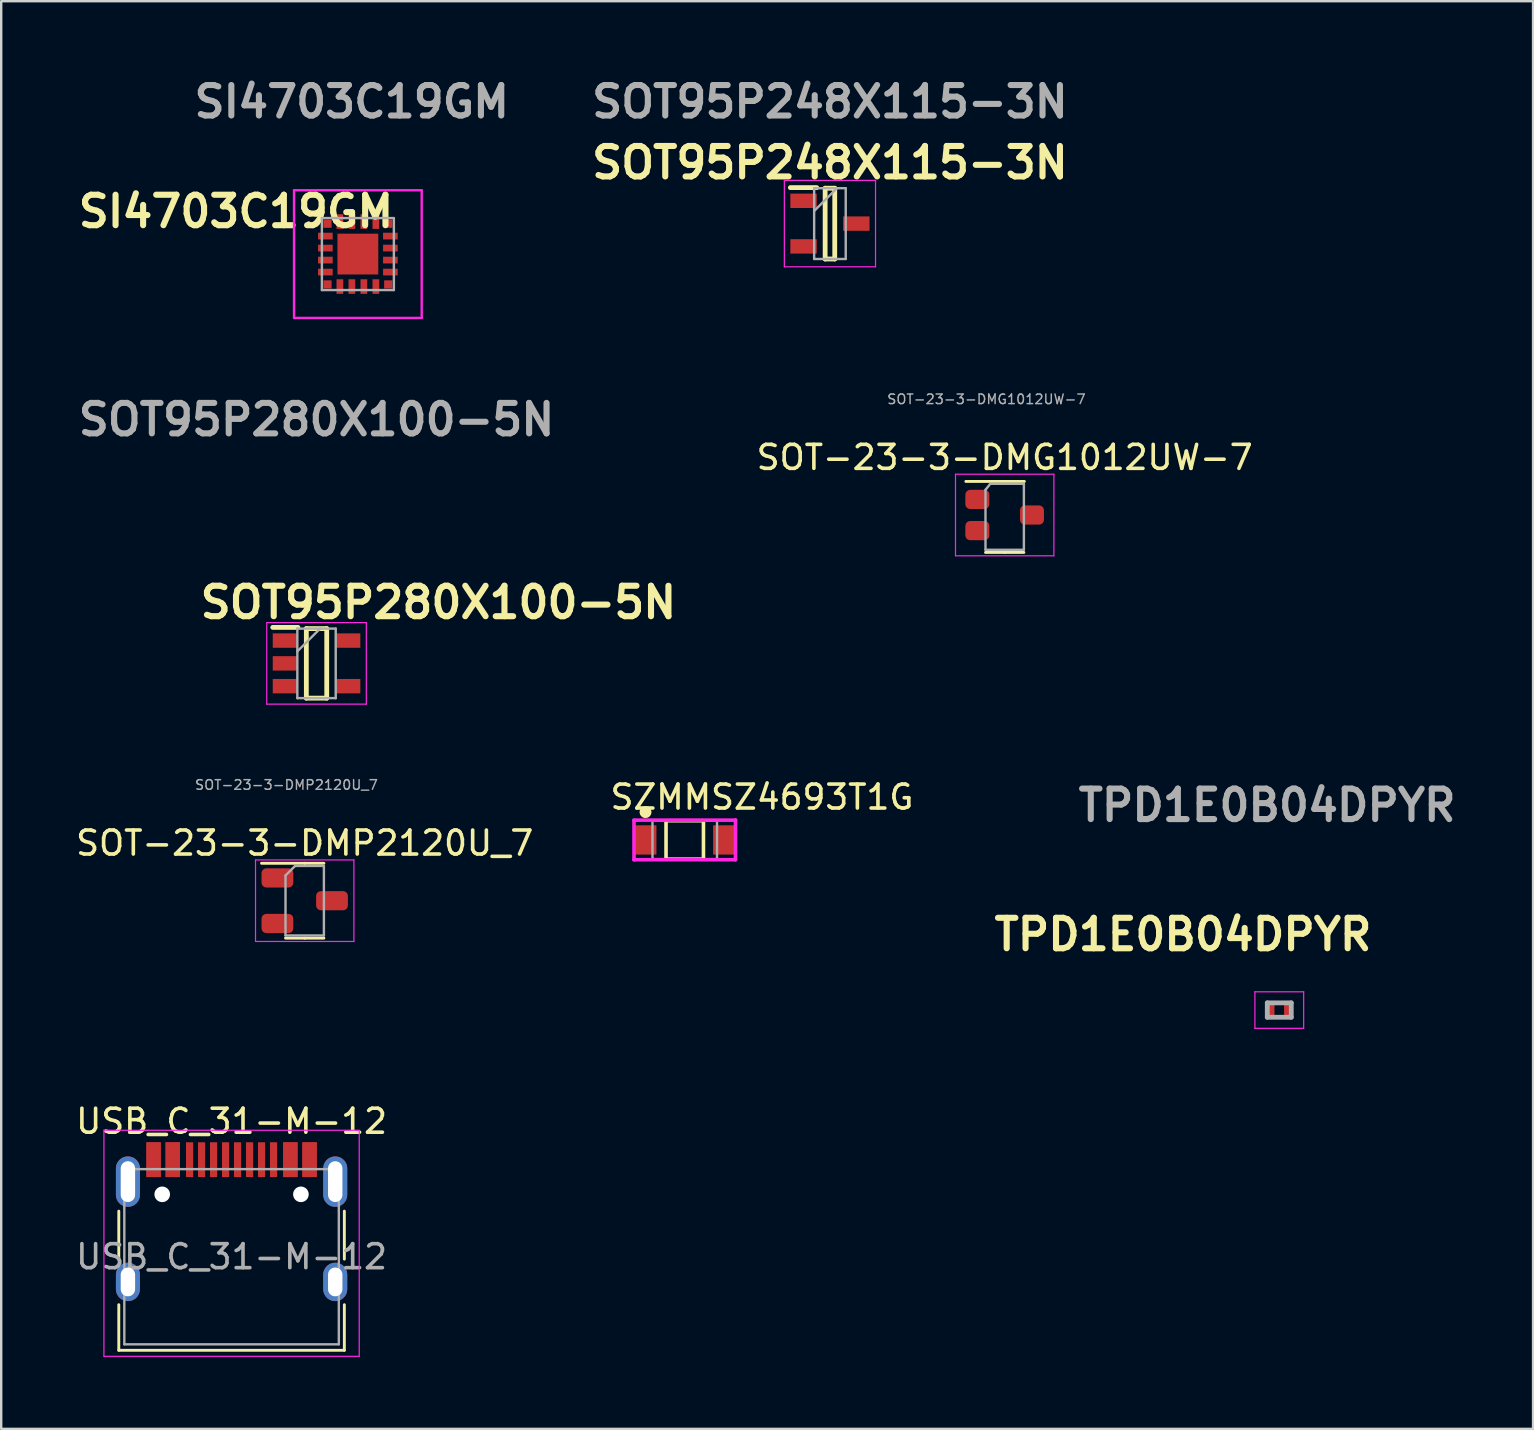
<source format=kicad_pcb>
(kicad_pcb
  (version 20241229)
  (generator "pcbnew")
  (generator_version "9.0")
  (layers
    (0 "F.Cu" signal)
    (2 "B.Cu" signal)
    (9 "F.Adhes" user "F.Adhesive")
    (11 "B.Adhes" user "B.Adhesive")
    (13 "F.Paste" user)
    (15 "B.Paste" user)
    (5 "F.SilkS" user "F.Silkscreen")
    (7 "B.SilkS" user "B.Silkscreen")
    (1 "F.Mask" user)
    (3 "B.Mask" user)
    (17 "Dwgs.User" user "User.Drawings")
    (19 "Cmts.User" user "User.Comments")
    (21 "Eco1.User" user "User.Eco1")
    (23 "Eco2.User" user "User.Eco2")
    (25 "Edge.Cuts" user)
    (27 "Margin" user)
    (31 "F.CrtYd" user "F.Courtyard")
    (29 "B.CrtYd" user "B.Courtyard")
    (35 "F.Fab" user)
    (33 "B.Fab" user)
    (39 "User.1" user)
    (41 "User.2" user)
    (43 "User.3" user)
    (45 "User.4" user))
  (footprint "SOT-23-3-DMP2120U_7"
    (layer "F.Cu")
    (at 9.649 34.488)
    (property "Reference" "SOT-23-3-DMP2120U_7" (at 0 -2.4 0) (layer "F.SilkS") (effects (font (size 1 1) (thickness 0.15))))
    (attr smd)
    (fp_line (start 0 -1.56) (end -1.8 -1.56) (stroke (width 0.12) (type solid)) (layer "F.SilkS"))
    (fp_line (start 0 -1.56) (end 0.8 -1.56) (stroke (width 0.12) (type solid)) (layer "F.SilkS"))
    (fp_line (start 0 1.56) (end -0.8 1.56) (stroke (width 0.12) (type solid)) (layer "F.SilkS"))
    (fp_line (start 0 1.56) (end 0.8 1.56) (stroke (width 0.12) (type solid)) (layer "F.SilkS"))
    (fp_line (start -2.05 -1.7) (end -2.05 1.7) (stroke (width 0.05) (type solid)) (layer "F.CrtYd"))
    (fp_line (start -2.05 1.7) (end 2.05 1.7) (stroke (width 0.05) (type solid)) (layer "F.CrtYd"))
    (fp_line (start 2.05 -1.7) (end -2.05 -1.7) (stroke (width 0.05) (type solid)) (layer "F.CrtYd"))
    (fp_line (start 2.05 1.7) (end 2.05 -1.7) (stroke (width 0.05) (type solid)) (layer "F.CrtYd"))
    (fp_line (start -0.8 -1.05) (end -0.4 -1.45) (stroke (width 0.1) (type solid)) (layer "F.Fab"))
    (fp_line (start -0.8 1.45) (end -0.8 -1.05) (stroke (width 0.1) (type solid)) (layer "F.Fab"))
    (fp_line (start -0.4 -1.45) (end 0.8 -1.45) (stroke (width 0.1) (type solid)) (layer "F.Fab"))
    (fp_line (start 0.8 -1.45) (end 0.8 1.45) (stroke (width 0.1) (type solid)) (layer "F.Fab"))
    (fp_line (start 0.8 1.45) (end -0.8 1.45) (stroke (width 0.1) (type solid)) (layer "F.Fab"))
    (fp_text user "${REFERENCE}" (at -0.762 -4.826 0) (layer "F.Fab") (effects (font (size 0.4 0.4) (thickness 0.06))))
    (pad "1" smd roundrect (at -1.137 -0.95) (size 1.325 0.8) (layers "F.Cu" "F.Mask" "F.Paste") (roundrect_rratio 0.25))
    (pad "2" smd roundrect (at -1.137 0.95) (size 1.325 0.8) (layers "F.Cu" "F.Mask" "F.Paste") (roundrect_rratio 0.25))
    (pad "3" smd roundrect (at 1.137 0) (size 1.325 0.8) (layers "F.Cu" "F.Mask" "F.Paste") (roundrect_rratio 0.25)))
  (footprint "TPD1E0B04DPYR"
    (layer "F.Cu")
    (at 50.266 39.046)
    (property "Reference" "TPD1E0B04DPYR" (at -4.013 -3.15 0) (layer "F.SilkS") (effects (font (size 1.27 1.27) (thickness 0.254))))
    (attr smd)
    (fp_line (start -1.016 -0.762) (end 1.016 -0.762) (stroke (width 0.05) (type default)) (layer "F.CrtYd"))
    (fp_line (start -1.016 0.762) (end -1.016 -0.762) (stroke (width 0.05) (type default)) (layer "F.CrtYd"))
    (fp_line (start 1.016 -0.762) (end 1.016 0.762) (stroke (width 0.05) (type default)) (layer "F.CrtYd"))
    (fp_line (start 1.016 0.762) (end -1.016 0.762) (stroke (width 0.05) (type default)) (layer "F.CrtYd"))
    (fp_line (start -0.5 -0.3) (end 0.5 -0.3) (stroke (width 0.2) (type solid)) (layer "F.Fab"))
    (fp_line (start -0.5 0.3) (end -0.5 -0.3) (stroke (width 0.2) (type solid)) (layer "F.Fab"))
    (fp_line (start 0.5 -0.3) (end 0.5 0.3) (stroke (width 0.2) (type solid)) (layer "F.Fab"))
    (fp_line (start 0.5 0.3) (end -0.5 0.3) (stroke (width 0.2) (type solid)) (layer "F.Fab"))
    (fp_text user "${REFERENCE}" (at -0.508 -8.534 0) (layer "F.Fab") (effects (font (size 1.27 1.27) (thickness 0.254))))
    (pad "1" smd rect (at -0.325 0) (size 0.25 0.5) (layers "F.Cu" "F.Mask" "F.Paste"))
    (pad "2" smd rect (at 0.325 0) (size 0.25 0.5) (layers "F.Cu" "F.Mask" "F.Paste")))
  (footprint "SOT95P248X115-3N"
    (layer "F.Cu")
    (at 31.539 6.269)
    (property "Reference" "SOT95P248X115-3N" (at 0 -2.54 0) (layer "F.SilkS") (effects (font (size 1.27 1.27) (thickness 0.254))))
    (attr smd)
    (fp_line (start -1.65 -1.5) (end -0.55 -1.5) (stroke (width 0.2) (type solid)) (layer "F.SilkS"))
    (fp_line (start -0.2 -1.475) (end 0.2 -1.475) (stroke (width 0.2) (type solid)) (layer "F.SilkS"))
    (fp_line (start -0.2 1.475) (end -0.2 -1.475) (stroke (width 0.2) (type solid)) (layer "F.SilkS"))
    (fp_line (start 0.2 -1.475) (end 0.2 1.475) (stroke (width 0.2) (type solid)) (layer "F.SilkS"))
    (fp_line (start 0.2 1.475) (end -0.2 1.475) (stroke (width 0.2) (type solid)) (layer "F.SilkS"))
    (fp_line (start -1.9 -1.8) (end 1.9 -1.8) (stroke (width 0.05) (type solid)) (layer "F.CrtYd"))
    (fp_line (start -1.9 1.8) (end -1.9 -1.8) (stroke (width 0.05) (type solid)) (layer "F.CrtYd"))
    (fp_line (start 1.9 -1.8) (end 1.9 1.8) (stroke (width 0.05) (type solid)) (layer "F.CrtYd"))
    (fp_line (start 1.9 1.8) (end -1.9 1.8) (stroke (width 0.05) (type solid)) (layer "F.CrtYd"))
    (fp_line (start -0.658 -1.475) (end 0.658 -1.475) (stroke (width 0.1) (type solid)) (layer "F.Fab"))
    (fp_line (start -0.658 -0.525) (end 0.292 -1.475) (stroke (width 0.1) (type solid)) (layer "F.Fab"))
    (fp_line (start -0.658 1.475) (end -0.658 -1.475) (stroke (width 0.1) (type solid)) (layer "F.Fab"))
    (fp_line (start 0.658 -1.475) (end 0.658 1.475) (stroke (width 0.1) (type solid)) (layer "F.Fab"))
    (fp_line (start 0.658 1.475) (end -0.658 1.475) (stroke (width 0.1) (type solid)) (layer "F.Fab"))
    (fp_text user "${REFERENCE}" (at 0 -5.08 0) (layer "F.Fab") (effects (font (size 1.27 1.27) (thickness 0.254))))
    (pad "1" smd rect (at -1.1 -0.95 90) (size 0.6 1.1) (layers "F.Cu" "F.Mask" "F.Paste"))
    (pad "2" smd rect (at -1.1 0.95 90) (size 0.6 1.1) (layers "F.Cu" "F.Mask" "F.Paste"))
    (pad "3" smd rect (at 1.1 0 90) (size 0.6 1.1) (layers "F.Cu" "F.Mask" "F.Paste")))
  (footprint "USB_C_31-M-12"
    (layer "F.Cu")
    (at 6.601 49.326)
    (property "Reference" "USB_C_31-M-12" (at 0 -5.645 0) (layer "F.SilkS") (effects (font (size 1 1) (thickness 0.15))))
    (attr smd)
    (fp_line (start -4.7 -1.9) (end -4.7 0.1) (stroke (width 0.12) (type solid)) (layer "F.SilkS"))
    (fp_line (start -4.7 2) (end -4.7 3.9) (stroke (width 0.12) (type solid)) (layer "F.SilkS"))
    (fp_line (start -4.7 3.9) (end 4.7 3.9) (stroke (width 0.12) (type solid)) (layer "F.SilkS"))
    (fp_line (start 4.7 -1.9) (end 4.7 0.1) (stroke (width 0.12) (type solid)) (layer "F.SilkS"))
    (fp_line (start 4.7 2) (end 4.7 3.9) (stroke (width 0.12) (type solid)) (layer "F.SilkS"))
    (fp_line (start -5.32 -5.27) (end -5.32 4.15) (stroke (width 0.05) (type solid)) (layer "F.CrtYd"))
    (fp_line (start -5.32 -5.27) (end 5.32 -5.27) (stroke (width 0.05) (type solid)) (layer "F.CrtYd"))
    (fp_line (start -5.32 4.15) (end 5.32 4.15) (stroke (width 0.05) (type solid)) (layer "F.CrtYd"))
    (fp_line (start 5.32 -5.27) (end 5.32 4.15) (stroke (width 0.05) (type solid)) (layer "F.CrtYd"))
    (fp_line (start -4.47 -3.65) (end -4.47 3.65) (stroke (width 0.1) (type solid)) (layer "F.Fab"))
    (fp_line (start -4.47 -3.65) (end 4.47 -3.65) (stroke (width 0.1) (type solid)) (layer "F.Fab"))
    (fp_line (start -4.47 3.65) (end 4.47 3.65) (stroke (width 0.1) (type solid)) (layer "F.Fab"))
    (fp_line (start 4.47 -3.65) (end 4.47 3.65) (stroke (width 0.1) (type solid)) (layer "F.Fab"))
    (fp_text user "${REFERENCE}" (at 0 0 0) (layer "F.Fab") (effects (font (size 1 1) (thickness 0.15))))
    (pad "" np_thru_hole circle (at -2.89 -2.6) (size 0.65 0.65) (drill 0.65) (layers "*.Cu" "*.Mask"))
    (pad "" np_thru_hole circle (at 2.89 -2.6) (size 0.65 0.65) (drill 0.65) (layers "*.Cu" "*.Mask"))
    (pad "A1" smd rect (at -3.25 -4.045) (size 0.6 1.45) (layers "F.Cu" "F.Mask" "F.Paste"))
    (pad "A4" smd rect (at -2.45 -4.045) (size 0.6 1.45) (layers "F.Cu" "F.Mask" "F.Paste"))
    (pad "A5" smd rect (at -1.25 -4.045) (size 0.3 1.45) (layers "F.Cu" "F.Mask" "F.Paste"))
    (pad "A6" smd rect (at -0.25 -4.045) (size 0.3 1.45) (layers "F.Cu" "F.Mask" "F.Paste"))
    (pad "A7" smd rect (at 0.25 -4.045) (size 0.3 1.45) (layers "F.Cu" "F.Mask" "F.Paste"))
    (pad "A8" smd rect (at 1.25 -4.045) (size 0.3 1.45) (layers "F.Cu" "F.Mask" "F.Paste"))
    (pad "A9" smd rect (at 2.45 -4.045) (size 0.6 1.45) (layers "F.Cu" "F.Mask" "F.Paste"))
    (pad "A12" smd rect (at 3.25 -4.045) (size 0.6 1.45) (layers "F.Cu" "F.Mask" "F.Paste"))
    (pad "B1" smd rect (at 3.25 -4.045) (size 0.6 1.45) (layers "F.Cu" "F.Mask" "F.Paste"))
    (pad "B4" smd rect (at 2.45 -4.045) (size 0.6 1.45) (layers "F.Cu" "F.Mask" "F.Paste"))
    (pad "B5" smd rect (at 1.75 -4.045) (size 0.3 1.45) (layers "F.Cu" "F.Mask" "F.Paste"))
    (pad "B6" smd rect (at 0.75 -4.045) (size 0.3 1.45) (layers "F.Cu" "F.Mask" "F.Paste"))
    (pad "B7" smd rect (at -0.75 -4.045) (size 0.3 1.45) (layers "F.Cu" "F.Mask" "F.Paste"))
    (pad "B8" smd rect (at -1.75 -4.045) (size 0.3 1.45) (layers "F.Cu" "F.Mask" "F.Paste"))
    (pad "B9" smd rect (at -2.45 -4.045) (size 0.6 1.45) (layers "F.Cu" "F.Mask" "F.Paste"))
    (pad "B12" smd rect (at -3.25 -4.045) (size 0.6 1.45) (layers "F.Cu" "F.Mask" "F.Paste"))
    (pad "S1" thru_hole oval (at -4.32 -3.13) (size 1 2.1) (drill oval 0.6 1.7) (layers "*.Cu" "*.Mask"))
    (pad "S1" thru_hole oval (at -4.32 1.05) (size 1 1.6) (drill oval 0.6 1.2) (layers "*.Cu" "*.Mask"))
    (pad "S1" thru_hole oval (at 4.32 -3.13) (size 1 2.1) (drill oval 0.6 1.7) (layers "*.Cu" "*.Mask"))
    (pad "S1" thru_hole oval (at 4.32 1.05) (size 1 1.6) (drill oval 0.6 1.2) (layers "*.Cu" "*.Mask")))
  (footprint "SZMMSZ4693T1G"
    (layer "F.Cu")
    (at 25.488 31.956)
    (property "Reference" "SZMMSZ4693T1G" (at -3.19 -1.785 0) (layer "F.SilkS") (effects (font (size 1 1) (thickness 0.15)) (justify left)))
    (attr through_hole)
    (fp_line (start -0.78 -0.8) (end 0.78 -0.8) (stroke (width 0.15) (type solid)) (layer "F.SilkS"))
    (fp_line (start -0.78 0.8) (end -0.78 -0.8) (stroke (width 0.15) (type solid)) (layer "F.SilkS"))
    (fp_line (start -0.78 0.8) (end 0.78 0.8) (stroke (width 0.15) (type solid)) (layer "F.SilkS"))
    (fp_line (start 0.78 0.8) (end 0.78 -0.8) (stroke (width 0.15) (type solid)) (layer "F.SilkS"))
    (fp_circle (center -1.635 -1.16) (end -1.51 -1.16) (stroke (width 0.25) (type solid)) (fill no) (layer "F.SilkS"))
    (fp_line (start -2.115 -0.825) (end -2.115 0.825) (stroke (width 0.15) (type solid)) (layer "F.CrtYd"))
    (fp_line (start -2.115 0.825) (end 2.115 0.825) (stroke (width 0.15) (type solid)) (layer "F.CrtYd"))
    (fp_line (start 2.115 -0.825) (end -2.115 -0.825) (stroke (width 0.15) (type solid)) (layer "F.CrtYd"))
    (fp_line (start 2.115 -0.825) (end 2.115 -0.825) (stroke (width 0.15) (type solid)) (layer "F.CrtYd"))
    (fp_line (start 2.115 0.825) (end 2.115 -0.825) (stroke (width 0.15) (type solid)) (layer "F.CrtYd"))
    (fp_line (start -1.345 -0.8) (end 1.345 -0.8) (stroke (width 0.1) (type solid)) (layer "F.Fab"))
    (fp_line (start -1.345 0.8) (end -1.345 -0.8) (stroke (width 0.1) (type solid)) (layer "F.Fab"))
    (fp_line (start -1.345 0.8) (end 1.345 0.8) (stroke (width 0.1) (type solid)) (layer "F.Fab"))
    (fp_line (start 1.345 0.8) (end 1.345 -0.8) (stroke (width 0.1) (type solid)) (layer "F.Fab"))
    (pad "1" smd rect (at -1.635 0 180) (size 0.91 1.22) (layers "F.Cu" "F.Mask" "F.Paste"))
    (pad "2" smd rect (at 1.635 0 180) (size 0.91 1.22) (layers "F.Cu" "F.Mask" "F.Paste")))
  (footprint "SOT-23-3-DMG1012UW-7"
    (layer "F.Cu")
    (at 38.822 18.414)
    (property "Reference" "SOT-23-3-DMG1012UW-7" (at 0 -2.4 0) (layer "F.SilkS") (effects (font (size 1 1) (thickness 0.15))))
    (attr smd)
    (fp_line (start 0 1.56) (end -0.8 1.56) (stroke (width 0.12) (type solid)) (layer "F.SilkS"))
    (fp_line (start 0 1.56) (end 0.8 1.56) (stroke (width 0.12) (type solid)) (layer "F.SilkS"))
    (fp_line (start 0.82 -1.4) (end -1.62 -1.4) (stroke (width 0.12) (type solid)) (layer "F.SilkS"))
    (fp_line (start -2.05 -1.7) (end -2.05 1.7) (stroke (width 0.05) (type solid)) (layer "F.CrtYd"))
    (fp_line (start -2.05 1.7) (end 2.05 1.7) (stroke (width 0.05) (type solid)) (layer "F.CrtYd"))
    (fp_line (start 2.05 -1.7) (end -2.05 -1.7) (stroke (width 0.05) (type solid)) (layer "F.CrtYd"))
    (fp_line (start 2.05 1.7) (end 2.05 -1.7) (stroke (width 0.05) (type solid)) (layer "F.CrtYd"))
    (fp_line (start -0.8 -1.05) (end -0.6 -1.3) (stroke (width 0.1) (type solid)) (layer "F.Fab"))
    (fp_line (start -0.8 1.45) (end -0.8 -1.05) (stroke (width 0.1) (type solid)) (layer "F.Fab"))
    (fp_line (start -0.6 -1.3) (end 0.8 -1.3) (stroke (width 0.1) (type solid)) (layer "F.Fab"))
    (fp_line (start 0.8 -1.3) (end 0.8 1.45) (stroke (width 0.1) (type solid)) (layer "F.Fab"))
    (fp_line (start 0.8 1.45) (end -0.8 1.45) (stroke (width 0.1) (type solid)) (layer "F.Fab"))
    (fp_text user "${REFERENCE}" (at -0.762 -4.826 0) (layer "F.Fab") (effects (font (size 0.4 0.4) (thickness 0.06))))
    (pad "1" smd roundrect (at -1.14 -0.65) (size 1 0.8) (layers "F.Cu" "F.Mask" "F.Paste") (roundrect_rratio 0.25))
    (pad "2" smd roundrect (at -1.14 0.65) (size 1 0.8) (layers "F.Cu" "F.Mask" "F.Paste") (roundrect_rratio 0.25))
    (pad "3" smd roundrect (at 1.137 0) (size 1 0.8) (layers "F.Cu" "F.Mask" "F.Paste") (roundrect_rratio 0.25)))
  (footprint "SOT95P280X100-5N"
    (layer "F.Cu")
    (at 10.142 24.597)
    (property "Reference" "SOT95P280X100-5N" (at 5.08 -2.54 0) (layer "F.SilkS") (effects (font (size 1.27 1.27) (thickness 0.254))))
    (attr smd)
    (fp_line (start -1.825 -1.5) (end -0.775 -1.5) (stroke (width 0.2) (type solid)) (layer "F.SilkS"))
    (fp_line (start -0.425 -1.45) (end 0.425 -1.45) (stroke (width 0.2) (type solid)) (layer "F.SilkS"))
    (fp_line (start -0.425 1.45) (end -0.425 -1.45) (stroke (width 0.2) (type solid)) (layer "F.SilkS"))
    (fp_line (start 0.425 -1.45) (end 0.425 1.45) (stroke (width 0.2) (type solid)) (layer "F.SilkS"))
    (fp_line (start 0.425 1.45) (end -0.425 1.45) (stroke (width 0.2) (type solid)) (layer "F.SilkS"))
    (fp_line (start -2.075 -1.7) (end 2.075 -1.7) (stroke (width 0.05) (type solid)) (layer "F.CrtYd"))
    (fp_line (start -2.075 1.7) (end -2.075 -1.7) (stroke (width 0.05) (type solid)) (layer "F.CrtYd"))
    (fp_line (start 2.075 -1.7) (end 2.075 1.7) (stroke (width 0.05) (type solid)) (layer "F.CrtYd"))
    (fp_line (start 2.075 1.7) (end -2.075 1.7) (stroke (width 0.05) (type solid)) (layer "F.CrtYd"))
    (fp_line (start -0.8 -1.45) (end 0.8 -1.45) (stroke (width 0.1) (type solid)) (layer "F.Fab"))
    (fp_line (start -0.8 -0.5) (end 0.15 -1.45) (stroke (width 0.1) (type solid)) (layer "F.Fab"))
    (fp_line (start -0.8 1.45) (end -0.8 -1.45) (stroke (width 0.1) (type solid)) (layer "F.Fab"))
    (fp_line (start 0.8 -1.45) (end 0.8 1.45) (stroke (width 0.1) (type solid)) (layer "F.Fab"))
    (fp_line (start 0.8 1.45) (end -0.8 1.45) (stroke (width 0.1) (type solid)) (layer "F.Fab"))
    (fp_text user "${REFERENCE}" (at 0 -10.16 0) (layer "F.Fab") (effects (font (size 1.27 1.27) (thickness 0.254))))
    (pad "1" smd rect (at -1.3 -0.95 90) (size 0.6 1.05) (layers "F.Cu" "F.Mask" "F.Paste"))
    (pad "2" smd rect (at -1.3 0 90) (size 0.6 1.05) (layers "F.Cu" "F.Mask" "F.Paste"))
    (pad "3" smd rect (at -1.3 0.95 90) (size 0.6 1.05) (layers "F.Cu" "F.Mask" "F.Paste"))
    (pad "4" smd rect (at 1.3 0.95 90) (size 0.6 1.05) (layers "F.Cu" "F.Mask" "F.Paste"))
    (pad "5" smd rect (at 1.3 -0.95 90) (size 0.6 1.05) (layers "F.Cu" "F.Mask" "F.Paste")))
  (footprint "SI4703C19GM"
    (layer "F.Cu")
    (at 11.865 7.539)
    (property "Reference" "SI4703C19GM" (at -5.08 -1.778 0) (layer "F.SilkS") (effects (font (size 1.27 1.27) (thickness 0.254))))
    (attr smd)
    (fp_line (start -2.1 -1.265) (end -2.1 -1.265) (stroke (width 0.1) (type solid)) (layer "F.SilkS"))
    (fp_line (start -2 -1.265) (end -2 -1.265) (stroke (width 0.1) (type solid)) (layer "F.SilkS"))
    (fp_arc (start -2.1 -1.265) (mid -2.05 -1.315) (end -2 -1.265) (stroke (width 0.1) (type solid)) (layer "F.SilkS"))
    (fp_arc (start -2 -1.265) (mid -2.05 -1.215) (end -2.1 -1.265) (stroke (width 0.1) (type solid)) (layer "F.SilkS"))
    (fp_line (start -2.66 -2.66) (end 2.66 -2.66) (stroke (width 0.1) (type solid)) (layer "F.CrtYd"))
    (fp_line (start -2.66 2.66) (end -2.66 -2.66) (stroke (width 0.1) (type solid)) (layer "F.CrtYd"))
    (fp_line (start 2.66 -2.66) (end 2.66 2.66) (stroke (width 0.1) (type solid)) (layer "F.CrtYd"))
    (fp_line (start 2.66 2.66) (end -2.66 2.66) (stroke (width 0.1) (type solid)) (layer "F.CrtYd"))
    (fp_line (start -1.5 -1.5) (end -1.5 1.5) (stroke (width 0.1) (type solid)) (layer "F.Fab"))
    (fp_line (start -1.5 1.5) (end 1.5 1.5) (stroke (width 0.1) (type solid)) (layer "F.Fab"))
    (fp_line (start 1.5 -1.5) (end -1.5 -1.5) (stroke (width 0.1) (type solid)) (layer "F.Fab"))
    (fp_line (start 1.5 1.5) (end 1.5 -1.5) (stroke (width 0.1) (type solid)) (layer "F.Fab"))
    (fp_text user "${REFERENCE}" (at -0.254 -6.35 0) (layer "F.Fab") (effects (font (size 1.27 1.27) (thickness 0.254))))
    (pad "1" smd rect (at -1.265 -1.265 90) (size 0.34 0.34) (layers "F.Cu" "F.Mask" "F.Paste"))
    (pad "2" smd rect (at -1.355 -0.75 90) (size 0.28 0.61) (layers "F.Cu" "F.Mask" "F.Paste"))
    (pad "3" smd rect (at -1.355 -0.25 90) (size 0.28 0.61) (layers "F.Cu" "F.Mask" "F.Paste"))
    (pad "4" smd rect (at -1.355 0.25 90) (size 0.28 0.61) (layers "F.Cu" "F.Mask" "F.Paste"))
    (pad "5" smd rect (at -1.355 0.75 90) (size 0.28 0.61) (layers "F.Cu" "F.Mask" "F.Paste"))
    (pad "6" smd rect (at -1.265 1.265 90) (size 0.34 0.34) (layers "F.Cu" "F.Mask" "F.Paste"))
    (pad "7" smd rect (at -0.75 1.355) (size 0.28 0.61) (layers "F.Cu" "F.Mask" "F.Paste"))
    (pad "8" smd rect (at -0.25 1.355) (size 0.28 0.61) (layers "F.Cu" "F.Mask" "F.Paste"))
    (pad "9" smd rect (at 0.25 1.355) (size 0.28 0.61) (layers "F.Cu" "F.Mask" "F.Paste"))
    (pad "10" smd rect (at 0.75 1.355) (size 0.28 0.61) (layers "F.Cu" "F.Mask" "F.Paste"))
    (pad "11" smd rect (at 1.265 1.265 90) (size 0.34 0.34) (layers "F.Cu" "F.Mask" "F.Paste"))
    (pad "12" smd rect (at 1.355 0.75 90) (size 0.28 0.61) (layers "F.Cu" "F.Mask" "F.Paste"))
    (pad "13" smd rect (at 1.355 0.25 90) (size 0.28 0.61) (layers "F.Cu" "F.Mask" "F.Paste"))
    (pad "14" smd rect (at 1.355 -0.25 90) (size 0.28 0.61) (layers "F.Cu" "F.Mask" "F.Paste"))
    (pad "15" smd rect (at 1.355 -0.75 90) (size 0.28 0.61) (layers "F.Cu" "F.Mask" "F.Paste"))
    (pad "16" smd rect (at 1.265 -1.265 90) (size 0.34 0.34) (layers "F.Cu" "F.Mask" "F.Paste"))
    (pad "17" smd rect (at 0.75 -1.355) (size 0.28 0.61) (layers "F.Cu" "F.Mask" "F.Paste"))
    (pad "18" smd rect (at 0.25 -1.355) (size 0.28 0.61) (layers "F.Cu" "F.Mask" "F.Paste"))
    (pad "19" smd rect (at -0.25 -1.355) (size 0.28 0.61) (layers "F.Cu" "F.Mask" "F.Paste"))
    (pad "20" smd rect (at -0.75 -1.355) (size 0.28 0.61) (layers "F.Cu" "F.Mask" "F.Paste"))
    (pad "21" smd rect (at 0 0) (size 1.7 1.7) (layers "F.Cu" "F.Mask" "F.Paste")))
  (gr_rect
    (start -3 -3)
    (end 60.843 56.501)
    (stroke (width 0.1) (type default))
    (fill no)
    (layer "Edge.Cuts")))
</source>
